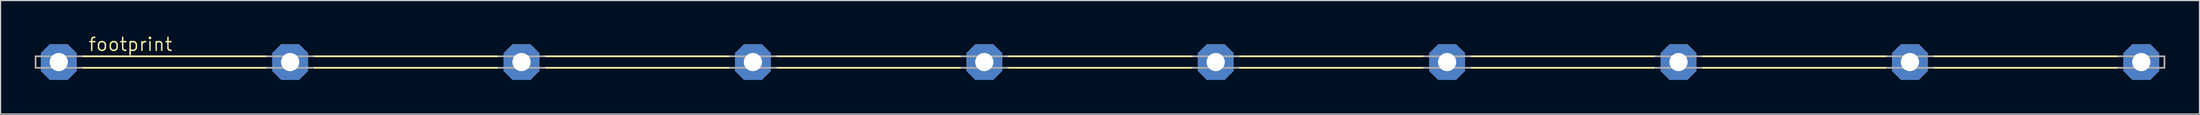
<source format=kicad_pcb>
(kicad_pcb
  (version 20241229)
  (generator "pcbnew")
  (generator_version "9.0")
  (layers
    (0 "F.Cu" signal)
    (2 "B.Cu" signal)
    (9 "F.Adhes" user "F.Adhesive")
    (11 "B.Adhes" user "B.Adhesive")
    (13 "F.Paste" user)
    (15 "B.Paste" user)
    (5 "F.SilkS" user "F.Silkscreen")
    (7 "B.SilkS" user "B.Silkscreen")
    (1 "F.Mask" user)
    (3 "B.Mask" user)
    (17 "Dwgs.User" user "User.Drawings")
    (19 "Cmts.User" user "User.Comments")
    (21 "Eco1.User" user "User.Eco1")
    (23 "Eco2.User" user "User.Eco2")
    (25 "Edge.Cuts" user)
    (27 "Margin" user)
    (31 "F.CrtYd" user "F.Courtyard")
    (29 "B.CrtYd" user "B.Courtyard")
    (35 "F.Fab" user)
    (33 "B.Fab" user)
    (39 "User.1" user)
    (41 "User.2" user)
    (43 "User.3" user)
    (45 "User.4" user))
  (footprint "footprint"
    (layer "F.Cu")
    (at 93.548 2.413)
    (property "Reference" "footprint" (at -88.9 -0.889 0) (layer "F.SilkS") (effects (font (size 1.143 1.143) (thickness 0.127)) (justify left bottom)))
    (fp_line (start -89.408 -0.508) (end -73.152 -0.508) (stroke (width 0.152) (type solid)) (layer "F.SilkS"))
    (fp_line (start -89.408 0.508) (end -73.152 0.508) (stroke (width 0.152) (type solid)) (layer "F.SilkS"))
    (fp_line (start -69.088 -0.508) (end -52.832 -0.508) (stroke (width 0.152) (type solid)) (layer "F.SilkS"))
    (fp_line (start -69.088 0.508) (end -52.832 0.508) (stroke (width 0.152) (type solid)) (layer "F.SilkS"))
    (fp_line (start -48.768 -0.508) (end -32.512 -0.508) (stroke (width 0.152) (type solid)) (layer "F.SilkS"))
    (fp_line (start -48.768 0.508) (end -32.512 0.508) (stroke (width 0.152) (type solid)) (layer "F.SilkS"))
    (fp_line (start -28.448 -0.508) (end -12.192 -0.508) (stroke (width 0.152) (type solid)) (layer "F.SilkS"))
    (fp_line (start -28.448 0.508) (end -12.192 0.508) (stroke (width 0.152) (type solid)) (layer "F.SilkS"))
    (fp_line (start -8.128 -0.508) (end 8.128 -0.508) (stroke (width 0.152) (type solid)) (layer "F.SilkS"))
    (fp_line (start -8.128 0.508) (end 8.128 0.508) (stroke (width 0.152) (type solid)) (layer "F.SilkS"))
    (fp_line (start 12.192 -0.508) (end 28.448 -0.508) (stroke (width 0.152) (type solid)) (layer "F.SilkS"))
    (fp_line (start 12.192 0.508) (end 28.448 0.508) (stroke (width 0.152) (type solid)) (layer "F.SilkS"))
    (fp_line (start 32.512 -0.508) (end 48.768 -0.508) (stroke (width 0.152) (type solid)) (layer "F.SilkS"))
    (fp_line (start 32.512 0.508) (end 48.768 0.508) (stroke (width 0.152) (type solid)) (layer "F.SilkS"))
    (fp_line (start 52.832 -0.508) (end 69.088 -0.508) (stroke (width 0.152) (type solid)) (layer "F.SilkS"))
    (fp_line (start 52.832 0.508) (end 69.088 0.508) (stroke (width 0.152) (type solid)) (layer "F.SilkS"))
    (fp_line (start 73.152 -0.508) (end 89.408 -0.508) (stroke (width 0.152) (type solid)) (layer "F.SilkS"))
    (fp_line (start 73.152 0.508) (end 89.408 0.508) (stroke (width 0.152) (type solid)) (layer "F.SilkS"))
    (fp_line (start -93.472 -0.508) (end -93.472 0.508) (stroke (width 0.152) (type solid)) (layer "F.Fab"))
    (fp_line (start -93.472 0.508) (end -89.408 0.508) (stroke (width 0.152) (type solid)) (layer "F.Fab"))
    (fp_line (start -89.408 -0.508) (end -93.472 -0.508) (stroke (width 0.152) (type solid)) (layer "F.Fab"))
    (fp_line (start -73.152 0.508) (end -69.088 0.508) (stroke (width 0.152) (type solid)) (layer "F.Fab"))
    (fp_line (start -69.088 -0.508) (end -73.152 -0.508) (stroke (width 0.152) (type solid)) (layer "F.Fab"))
    (fp_line (start -48.768 -0.508) (end -52.832 -0.508) (stroke (width 0.152) (type solid)) (layer "F.Fab"))
    (fp_line (start -48.768 0.508) (end -52.832 0.508) (stroke (width 0.152) (type solid)) (layer "F.Fab"))
    (fp_line (start -32.512 0.508) (end -28.448 0.508) (stroke (width 0.152) (type solid)) (layer "F.Fab"))
    (fp_line (start -28.448 -0.508) (end -32.512 -0.508) (stroke (width 0.152) (type solid)) (layer "F.Fab"))
    (fp_line (start -12.192 0.508) (end -8.128 0.508) (stroke (width 0.152) (type solid)) (layer "F.Fab"))
    (fp_line (start -8.128 -0.508) (end -12.192 -0.508) (stroke (width 0.152) (type solid)) (layer "F.Fab"))
    (fp_line (start 12.192 -0.508) (end 8.128 -0.508) (stroke (width 0.152) (type solid)) (layer "F.Fab"))
    (fp_line (start 12.192 0.508) (end 8.128 0.508) (stroke (width 0.152) (type solid)) (layer "F.Fab"))
    (fp_line (start 28.448 0.508) (end 32.512 0.508) (stroke (width 0.152) (type solid)) (layer "F.Fab"))
    (fp_line (start 32.512 -0.508) (end 28.448 -0.508) (stroke (width 0.152) (type solid)) (layer "F.Fab"))
    (fp_line (start 48.768 0.508) (end 52.832 0.508) (stroke (width 0.152) (type solid)) (layer "F.Fab"))
    (fp_line (start 52.832 -0.508) (end 48.768 -0.508) (stroke (width 0.152) (type solid)) (layer "F.Fab"))
    (fp_line (start 73.152 -0.508) (end 69.088 -0.508) (stroke (width 0.152) (type solid)) (layer "F.Fab"))
    (fp_line (start 73.152 0.508) (end 69.088 0.508) (stroke (width 0.152) (type solid)) (layer "F.Fab"))
    (fp_line (start 93.472 -0.508) (end 89.408 -0.508) (stroke (width 0.152) (type solid)) (layer "F.Fab"))
    (fp_line (start 93.472 -0.508) (end 93.472 0.508) (stroke (width 0.152) (type solid)) (layer "F.Fab"))
    (fp_line (start 93.472 0.508) (end 89.408 0.508) (stroke (width 0.152) (type solid)) (layer "F.Fab"))
    (pad "1" thru_hole roundrect (at -91.44 0) (size 3.15 3.15) (drill 1.6) (layers "*.Cu" "*.Mask") (roundrect_rratio 0.25) (chamfer_ratio 0.25) (chamfer top_left top_right bottom_left bottom_right))
    (pad "2" thru_hole roundrect (at -71.12 0) (size 3.15 3.15) (drill 1.6) (layers "*.Cu" "*.Mask") (roundrect_rratio 0.25) (chamfer_ratio 0.25) (chamfer top_left top_right bottom_left bottom_right))
    (pad "3" thru_hole roundrect (at -50.8 0) (size 3.15 3.15) (drill 1.6) (layers "*.Cu" "*.Mask") (roundrect_rratio 0.25) (chamfer_ratio 0.25) (chamfer top_left top_right bottom_left bottom_right))
    (pad "4" thru_hole roundrect (at -30.48 0) (size 3.15 3.15) (drill 1.6) (layers "*.Cu" "*.Mask") (roundrect_rratio 0.25) (chamfer_ratio 0.25) (chamfer top_left top_right bottom_left bottom_right))
    (pad "5" thru_hole roundrect (at -10.16 0) (size 3.15 3.15) (drill 1.6) (layers "*.Cu" "*.Mask") (roundrect_rratio 0.25) (chamfer_ratio 0.25) (chamfer top_left top_right bottom_left bottom_right))
    (pad "6" thru_hole roundrect (at 10.16 0) (size 3.15 3.15) (drill 1.6) (layers "*.Cu" "*.Mask") (roundrect_rratio 0.25) (chamfer_ratio 0.25) (chamfer top_left top_right bottom_left bottom_right))
    (pad "7" thru_hole roundrect (at 30.48 0) (size 3.15 3.15) (drill 1.6) (layers "*.Cu" "*.Mask") (roundrect_rratio 0.25) (chamfer_ratio 0.25) (chamfer top_left top_right bottom_left bottom_right))
    (pad "8" thru_hole roundrect (at 50.8 0) (size 3.15 3.15) (drill 1.6) (layers "*.Cu" "*.Mask") (roundrect_rratio 0.25) (chamfer_ratio 0.25) (chamfer top_left top_right bottom_left bottom_right))
    (pad "9" thru_hole roundrect (at 71.12 0) (size 3.15 3.15) (drill 1.6) (layers "*.Cu" "*.Mask") (roundrect_rratio 0.25) (chamfer_ratio 0.25) (chamfer top_left top_right bottom_left bottom_right))
    (pad "10" thru_hole roundrect (at 91.44 0) (size 3.15 3.15) (drill 1.6) (layers "*.Cu" "*.Mask") (roundrect_rratio 0.25) (chamfer_ratio 0.25) (chamfer top_left top_right bottom_left bottom_right)))
  (gr_rect
    (start -3 -3)
    (end 190.096 6.988)
    (stroke (width 0.1) (type default))
    (fill no)
    (layer "Edge.Cuts")))
</source>
